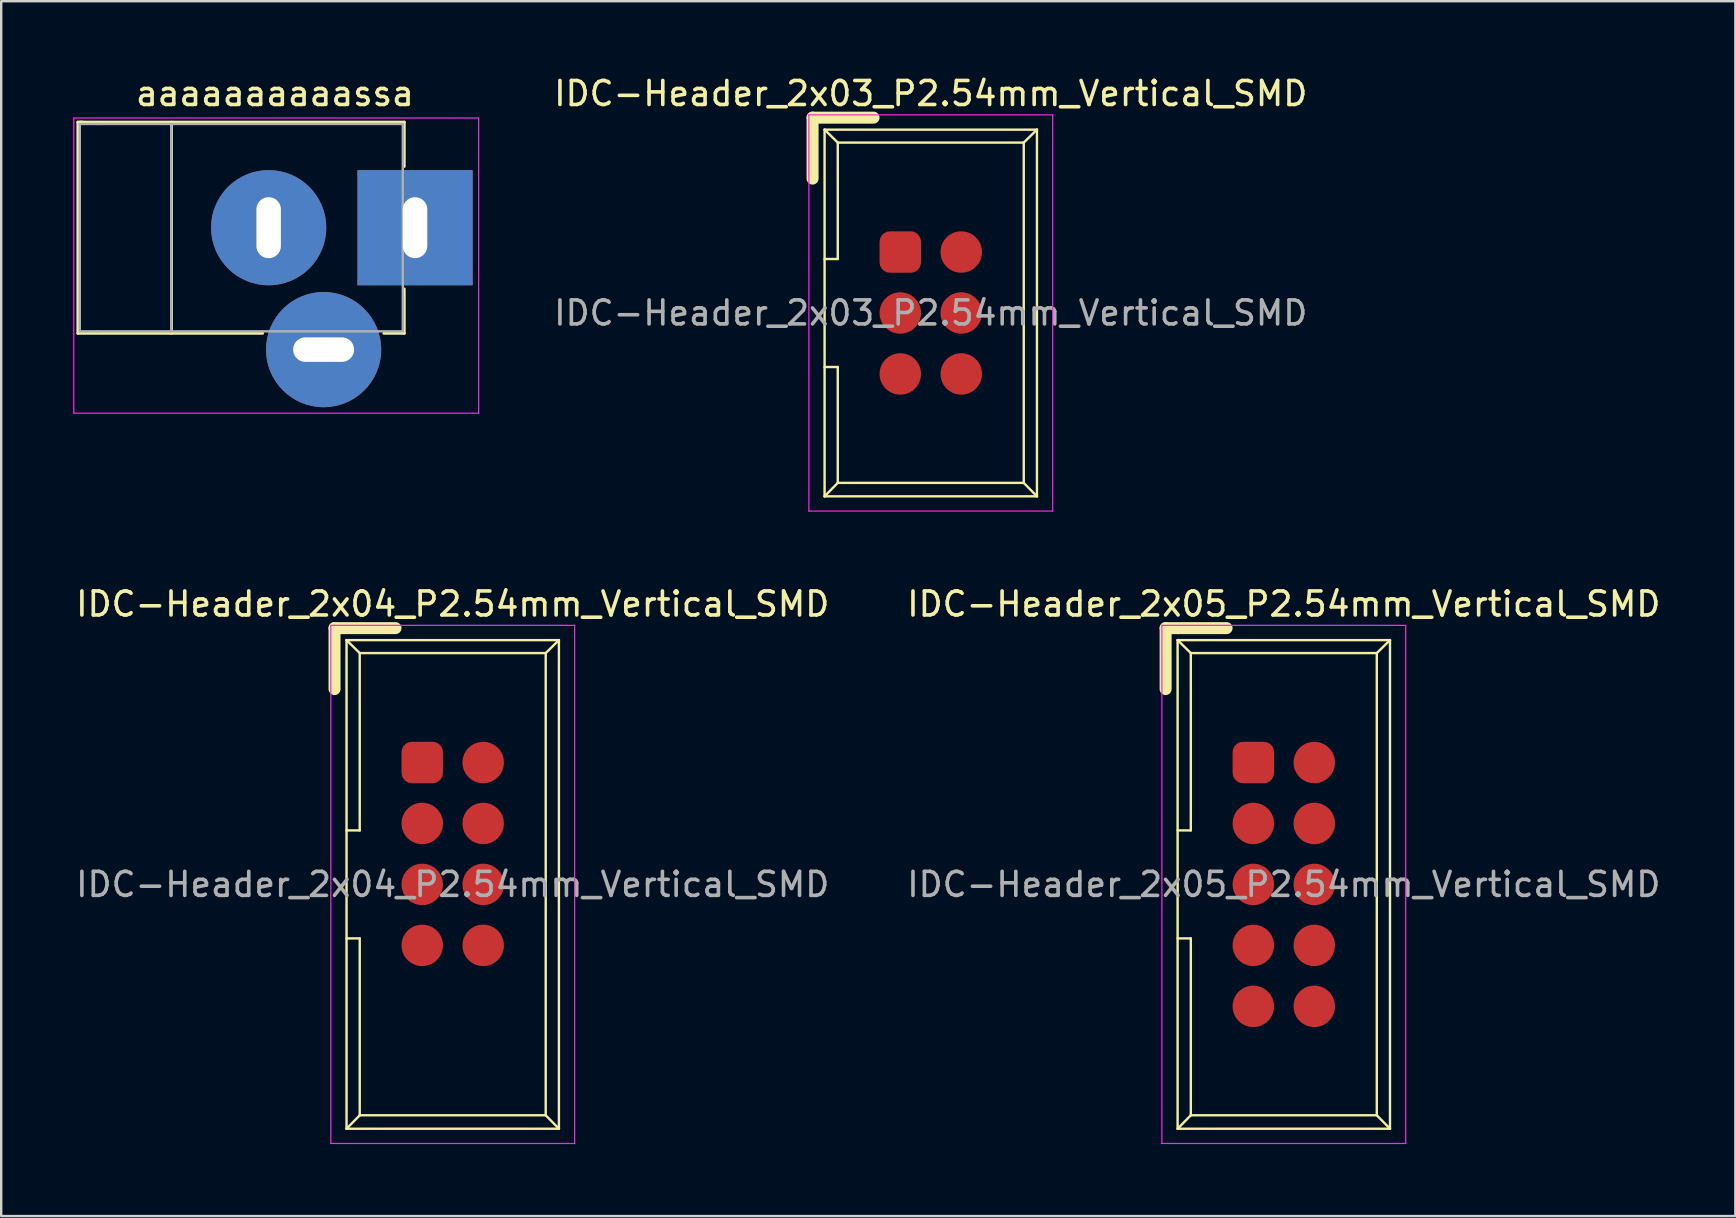
<source format=kicad_pcb>
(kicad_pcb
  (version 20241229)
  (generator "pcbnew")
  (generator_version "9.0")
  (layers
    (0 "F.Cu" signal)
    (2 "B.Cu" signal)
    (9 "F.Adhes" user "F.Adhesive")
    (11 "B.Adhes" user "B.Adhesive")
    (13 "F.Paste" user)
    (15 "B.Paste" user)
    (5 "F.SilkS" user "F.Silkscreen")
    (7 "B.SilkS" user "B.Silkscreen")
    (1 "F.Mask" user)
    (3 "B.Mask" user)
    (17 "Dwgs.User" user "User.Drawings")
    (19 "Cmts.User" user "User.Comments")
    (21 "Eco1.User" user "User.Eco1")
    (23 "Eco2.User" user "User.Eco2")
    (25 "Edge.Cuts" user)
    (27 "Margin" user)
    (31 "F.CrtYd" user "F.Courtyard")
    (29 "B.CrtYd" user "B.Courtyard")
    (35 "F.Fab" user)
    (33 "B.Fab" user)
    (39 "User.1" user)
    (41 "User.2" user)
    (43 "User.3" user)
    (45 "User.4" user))
  (footprint "IDC-Header_2x04_P2.54mm_Vertical_SMD"
    (layer "F.Cu")
    (at 14.545 28.724)
    (property "Reference" "IDC-Header_2x04_P2.54mm_Vertical_SMD" (at 1.27 -6.604 0) (layer "F.SilkS") (effects (font (size 1 1) (thickness 0.15))))
    (attr through_hole)
    (fp_line (start -3.655 -5.6) (end -3.655 -3.06) (stroke (width 0.5) (type solid)) (layer "F.SilkS"))
    (fp_line (start -3.655 -5.6) (end -1.115 -5.6) (stroke (width 0.5) (type solid)) (layer "F.SilkS"))
    (fp_line (start -3.155 -5.1) (end -3.155 15.26) (stroke (width 0.1) (type solid)) (layer "F.SilkS"))
    (fp_line (start -3.155 -5.1) (end -2.605 -4.56) (stroke (width 0.1) (type solid)) (layer "F.SilkS"))
    (fp_line (start -3.155 15.26) (end -2.605 14.7) (stroke (width 0.1) (type solid)) (layer "F.SilkS"))
    (fp_line (start -2.605 -4.56) (end -2.605 2.83) (stroke (width 0.1) (type solid)) (layer "F.SilkS"))
    (fp_line (start -2.605 2.83) (end -3.155 2.83) (stroke (width 0.1) (type solid)) (layer "F.SilkS"))
    (fp_line (start -2.605 7.33) (end -3.155 7.33) (stroke (width 0.1) (type solid)) (layer "F.SilkS"))
    (fp_line (start -2.605 7.33) (end -2.605 14.7) (stroke (width 0.1) (type solid)) (layer "F.SilkS"))
    (fp_line (start 5.145 -4.56) (end -2.605 -4.56) (stroke (width 0.1) (type solid)) (layer "F.SilkS"))
    (fp_line (start 5.145 -4.56) (end 5.145 14.7) (stroke (width 0.1) (type solid)) (layer "F.SilkS"))
    (fp_line (start 5.145 14.7) (end -2.605 14.7) (stroke (width 0.1) (type solid)) (layer "F.SilkS"))
    (fp_line (start 5.695 -5.1) (end -3.155 -5.1) (stroke (width 0.1) (type solid)) (layer "F.SilkS"))
    (fp_line (start 5.695 -5.1) (end 5.145 -4.56) (stroke (width 0.1) (type solid)) (layer "F.SilkS"))
    (fp_line (start 5.695 -5.1) (end 5.695 15.26) (stroke (width 0.1) (type solid)) (layer "F.SilkS"))
    (fp_line (start 5.695 15.26) (end -3.155 15.26) (stroke (width 0.1) (type solid)) (layer "F.SilkS"))
    (fp_line (start 5.695 15.26) (end 5.145 14.7) (stroke (width 0.1) (type solid)) (layer "F.SilkS"))
    (fp_line (start -3.81 -5.715) (end -3.81 15.875) (stroke (width 0.05) (type solid)) (layer "F.CrtYd"))
    (fp_line (start -3.81 -5.715) (end 6.35 -5.715) (stroke (width 0.05) (type solid)) (layer "F.CrtYd"))
    (fp_line (start -3.81 15.875) (end 6.35 15.875) (stroke (width 0.05) (type solid)) (layer "F.CrtYd"))
    (fp_line (start 6.35 -5.715) (end 6.35 15.875) (stroke (width 0.05) (type solid)) (layer "F.CrtYd"))
    (fp_text user "${REFERENCE}" (at 1.27 5.08 0) (layer "F.Fab") (effects (font (size 1 1) (thickness 0.15))))
    (pad "" smd circle (at 0 10.16) (size 1.727 1.727) (layers "F.Mask" "F.Paste"))
    (pad "" smd circle (at 2.54 10.16) (size 1.727 1.727) (layers "F.Mask" "F.Paste"))
    (pad "1" smd roundrect (at 0 0) (size 1.727 1.727) (layers "F.Cu" "F.Mask" "F.Paste") (roundrect_rratio 0.25))
    (pad "2" smd circle (at 2.54 0) (size 1.727 1.727) (layers "F.Cu" "F.Mask" "F.Paste"))
    (pad "3" smd circle (at 0 2.54) (size 1.727 1.727) (layers "F.Cu" "F.Mask" "F.Paste"))
    (pad "4" smd circle (at 2.54 2.54) (size 1.727 1.727) (layers "F.Cu" "F.Mask" "F.Paste"))
    (pad "5" smd circle (at 0 5.08) (size 1.727 1.727) (layers "F.Cu" "F.Mask" "F.Paste"))
    (pad "6" smd circle (at 2.54 5.08) (size 1.727 1.727) (layers "F.Cu" "F.Mask" "F.Paste"))
    (pad "7" smd circle (at 0 7.62) (size 1.727 1.727) (layers "F.Cu" "F.Mask" "F.Paste"))
    (pad "8" smd circle (at 2.54 7.62) (size 1.727 1.727) (layers "F.Cu" "F.Mask" "F.Paste")))
  (footprint "IDC-Header_2x03_P2.54mm_Vertical_SMD"
    (layer "F.Cu")
    (at 34.465 7.452)
    (property "Reference" "IDC-Header_2x03_P2.54mm_Vertical_SMD" (at 1.27 -6.604 0) (layer "F.SilkS") (effects (font (size 1 1) (thickness 0.15))))
    (attr through_hole)
    (fp_line (start -3.655 -5.6) (end -3.655 -3.06) (stroke (width 0.5) (type solid)) (layer "F.SilkS"))
    (fp_line (start -3.655 -5.6) (end -1.115 -5.6) (stroke (width 0.5) (type solid)) (layer "F.SilkS"))
    (fp_line (start -3.155 -5.1) (end -3.155 10.18) (stroke (width 0.1) (type solid)) (layer "F.SilkS"))
    (fp_line (start -3.155 -5.1) (end -2.605 -4.56) (stroke (width 0.1) (type solid)) (layer "F.SilkS"))
    (fp_line (start -3.155 10.18) (end -2.605 9.62) (stroke (width 0.1) (type solid)) (layer "F.SilkS"))
    (fp_line (start -2.605 -4.56) (end -2.605 0.29) (stroke (width 0.1) (type solid)) (layer "F.SilkS"))
    (fp_line (start -2.605 0.29) (end -3.155 0.29) (stroke (width 0.1) (type solid)) (layer "F.SilkS"))
    (fp_line (start -2.605 4.79) (end -3.155 4.79) (stroke (width 0.1) (type solid)) (layer "F.SilkS"))
    (fp_line (start -2.605 4.79) (end -2.605 9.62) (stroke (width 0.1) (type solid)) (layer "F.SilkS"))
    (fp_line (start 5.145 -4.56) (end -2.605 -4.56) (stroke (width 0.1) (type solid)) (layer "F.SilkS"))
    (fp_line (start 5.145 -4.56) (end 5.145 9.62) (stroke (width 0.1) (type solid)) (layer "F.SilkS"))
    (fp_line (start 5.145 9.62) (end -2.605 9.62) (stroke (width 0.1) (type solid)) (layer "F.SilkS"))
    (fp_line (start 5.695 -5.1) (end -3.155 -5.1) (stroke (width 0.1) (type solid)) (layer "F.SilkS"))
    (fp_line (start 5.695 -5.1) (end 5.145 -4.56) (stroke (width 0.1) (type solid)) (layer "F.SilkS"))
    (fp_line (start 5.695 -5.1) (end 5.695 10.18) (stroke (width 0.1) (type solid)) (layer "F.SilkS"))
    (fp_line (start 5.695 10.18) (end -3.155 10.18) (stroke (width 0.1) (type solid)) (layer "F.SilkS"))
    (fp_line (start 5.695 10.18) (end 5.145 9.62) (stroke (width 0.1) (type solid)) (layer "F.SilkS"))
    (fp_line (start -3.81 -5.715) (end -3.81 10.795) (stroke (width 0.05) (type solid)) (layer "F.CrtYd"))
    (fp_line (start -3.81 -5.715) (end 6.35 -5.715) (stroke (width 0.05) (type solid)) (layer "F.CrtYd"))
    (fp_line (start -3.81 10.795) (end 6.35 10.795) (stroke (width 0.05) (type solid)) (layer "F.CrtYd"))
    (fp_line (start 6.35 -5.715) (end 6.35 10.795) (stroke (width 0.05) (type solid)) (layer "F.CrtYd"))
    (fp_text user "${REFERENCE}" (at 1.27 2.54 0) (layer "F.Fab") (effects (font (size 1 1) (thickness 0.15))))
    (pad "1" smd roundrect (at 0 0) (size 1.727 1.727) (layers "F.Cu" "F.Mask" "F.Paste") (roundrect_rratio 0.25))
    (pad "2" smd circle (at 2.54 0) (size 1.727 1.727) (layers "F.Cu" "F.Mask" "F.Paste"))
    (pad "3" smd circle (at 0 2.54) (size 1.727 1.727) (layers "F.Cu" "F.Mask" "F.Paste"))
    (pad "4" smd circle (at 2.54 2.54) (size 1.727 1.727) (layers "F.Cu" "F.Mask" "F.Paste"))
    (pad "5" smd circle (at 0 5.08) (size 1.727 1.727) (layers "F.Cu" "F.Mask" "F.Paste"))
    (pad "6" smd circle (at 2.54 5.08) (size 1.727 1.727) (layers "F.Cu" "F.Mask" "F.Paste")))
  (footprint "IDC-Header_2x05_P2.54mm_Vertical_SMD"
    (layer "F.Cu")
    (at 49.176 28.724)
    (property "Reference" "IDC-Header_2x05_P2.54mm_Vertical_SMD" (at 1.27 -6.604 0) (layer "F.SilkS") (effects (font (size 1 1) (thickness 0.15))))
    (attr through_hole)
    (fp_line (start -3.655 -5.6) (end -3.655 -3.06) (stroke (width 0.5) (type solid)) (layer "F.SilkS"))
    (fp_line (start -3.655 -5.6) (end -1.115 -5.6) (stroke (width 0.5) (type solid)) (layer "F.SilkS"))
    (fp_line (start -3.155 -5.1) (end -3.155 15.26) (stroke (width 0.1) (type solid)) (layer "F.SilkS"))
    (fp_line (start -3.155 -5.1) (end -2.605 -4.56) (stroke (width 0.1) (type solid)) (layer "F.SilkS"))
    (fp_line (start -3.155 15.26) (end -2.605 14.7) (stroke (width 0.1) (type solid)) (layer "F.SilkS"))
    (fp_line (start -2.605 -4.56) (end -2.605 2.83) (stroke (width 0.1) (type solid)) (layer "F.SilkS"))
    (fp_line (start -2.605 2.83) (end -3.155 2.83) (stroke (width 0.1) (type solid)) (layer "F.SilkS"))
    (fp_line (start -2.605 7.33) (end -3.155 7.33) (stroke (width 0.1) (type solid)) (layer "F.SilkS"))
    (fp_line (start -2.605 7.33) (end -2.605 14.7) (stroke (width 0.1) (type solid)) (layer "F.SilkS"))
    (fp_line (start 5.145 -4.56) (end -2.605 -4.56) (stroke (width 0.1) (type solid)) (layer "F.SilkS"))
    (fp_line (start 5.145 -4.56) (end 5.145 14.7) (stroke (width 0.1) (type solid)) (layer "F.SilkS"))
    (fp_line (start 5.145 14.7) (end -2.605 14.7) (stroke (width 0.1) (type solid)) (layer "F.SilkS"))
    (fp_line (start 5.695 -5.1) (end -3.155 -5.1) (stroke (width 0.1) (type solid)) (layer "F.SilkS"))
    (fp_line (start 5.695 -5.1) (end 5.145 -4.56) (stroke (width 0.1) (type solid)) (layer "F.SilkS"))
    (fp_line (start 5.695 -5.1) (end 5.695 15.26) (stroke (width 0.1) (type solid)) (layer "F.SilkS"))
    (fp_line (start 5.695 15.26) (end -3.155 15.26) (stroke (width 0.1) (type solid)) (layer "F.SilkS"))
    (fp_line (start 5.695 15.26) (end 5.145 14.7) (stroke (width 0.1) (type solid)) (layer "F.SilkS"))
    (fp_line (start -3.81 -5.715) (end -3.81 15.875) (stroke (width 0.05) (type solid)) (layer "F.CrtYd"))
    (fp_line (start -3.81 -5.715) (end 6.35 -5.715) (stroke (width 0.05) (type solid)) (layer "F.CrtYd"))
    (fp_line (start -3.81 15.875) (end 6.35 15.875) (stroke (width 0.05) (type solid)) (layer "F.CrtYd"))
    (fp_line (start 6.35 -5.715) (end 6.35 15.875) (stroke (width 0.05) (type solid)) (layer "F.CrtYd"))
    (fp_text user "${REFERENCE}" (at 1.27 5.08 0) (layer "F.Fab") (effects (font (size 1 1) (thickness 0.15))))
    (pad "1" smd roundrect (at 0 0) (size 1.727 1.727) (layers "F.Cu" "F.Mask" "F.Paste") (roundrect_rratio 0.25))
    (pad "2" smd circle (at 2.54 0) (size 1.727 1.727) (layers "F.Cu" "F.Mask" "F.Paste"))
    (pad "3" smd circle (at 0 2.54) (size 1.727 1.727) (layers "F.Cu" "F.Mask" "F.Paste"))
    (pad "4" smd circle (at 2.54 2.54) (size 1.727 1.727) (layers "F.Cu" "F.Mask" "F.Paste"))
    (pad "5" smd circle (at 0 5.08) (size 1.727 1.727) (layers "F.Cu" "F.Mask" "F.Paste"))
    (pad "6" smd circle (at 2.54 5.08) (size 1.727 1.727) (layers "F.Cu" "F.Mask" "F.Paste"))
    (pad "7" smd circle (at 0 7.62) (size 1.727 1.727) (layers "F.Cu" "F.Mask" "F.Paste"))
    (pad "8" smd circle (at 2.54 7.62) (size 1.727 1.727) (layers "F.Cu" "F.Mask" "F.Paste"))
    (pad "9" smd circle (at 0 10.16) (size 1.727 1.727) (layers "F.Cu" "F.Mask" "F.Paste"))
    (pad "10" smd circle (at 2.54 10.16) (size 1.727 1.727) (layers "F.Cu" "F.Mask" "F.Paste")))
  (footprint "aaaaaaaaaassa"
    (layer "F.Cu")
    (at 14.245 6.438)
    (property "Reference" "aaaaaaaaaassa" (at -5.84 -5.59 0) (layer "F.SilkS") (effects (font (size 1 1) (thickness 0.15))))
    (attr through_hole)
    (fp_line (start -14.05 -4.4) (end -13.85 -4.4) (stroke (width 0.12) (type solid)) (layer "F.SilkS"))
    (fp_line (start -14.05 4.4) (end -14.05 -4.4) (stroke (width 0.12) (type solid)) (layer "F.SilkS"))
    (fp_line (start -13.95 -4.4) (end -0.45 -4.4) (stroke (width 0.12) (type solid)) (layer "F.SilkS"))
    (fp_line (start -10.15 -4.4) (end -10.15 4.4) (stroke (width 0.12) (type solid)) (layer "F.SilkS"))
    (fp_line (start -6.35 4.4) (end -14.05 4.4) (stroke (width 0.12) (type solid)) (layer "F.SilkS"))
    (fp_line (start -0.45 -4.4) (end -0.45 -2.55) (stroke (width 0.12) (type solid)) (layer "F.SilkS"))
    (fp_line (start -0.45 2.55) (end -0.45 4.4) (stroke (width 0.12) (type solid)) (layer "F.SilkS"))
    (fp_line (start -0.45 4.4) (end -1.3 4.4) (stroke (width 0.12) (type solid)) (layer "F.SilkS"))
    (fp_line (start -14.22 -4.57) (end -14.22 7.73) (stroke (width 0.05) (type solid)) (layer "F.CrtYd"))
    (fp_line (start -14.22 -4.57) (end 2.65 -4.57) (stroke (width 0.05) (type solid)) (layer "F.CrtYd"))
    (fp_line (start 2.65 7.73) (end -14.22 7.73) (stroke (width 0.05) (type solid)) (layer "F.CrtYd"))
    (fp_line (start 2.65 7.73) (end 2.65 -4.57) (stroke (width 0.05) (type solid)) (layer "F.CrtYd"))
    (fp_line (start -13.97 -4.32) (end -13.97 4.32) (stroke (width 0.1) (type solid)) (layer "F.Fab"))
    (fp_line (start -13.97 4.32) (end -13.21 4.32) (stroke (width 0.1) (type solid)) (layer "F.Fab"))
    (fp_line (start -13.21 -4.32) (end -13.97 -4.32) (stroke (width 0.1) (type solid)) (layer "F.Fab"))
    (fp_line (start -13.21 -4.32) (end -0.51 -4.32) (stroke (width 0.1) (type solid)) (layer "F.Fab"))
    (fp_line (start -13.21 4.32) (end -0.51 4.32) (stroke (width 0.1) (type solid)) (layer "F.Fab"))
    (fp_line (start -10.16 -4.32) (end -10.16 4.32) (stroke (width 0.1) (type solid)) (layer "F.Fab"))
    (fp_line (start -0.51 -4.32) (end -0.51 4.32) (stroke (width 0.1) (type solid)) (layer "F.Fab"))
    (pad "1" thru_hole rect (at 0 0) (size 4.8 4.8) (drill oval 1.02 2.54) (layers "*.Cu" "*.Mask"))
    (pad "2" thru_hole circle (at -6.1 0) (size 4.8 4.8) (drill oval 1.02 2.54) (layers "*.Cu" "*.Mask"))
    (pad "3" thru_hole circle (at -3.81 5.08) (size 4.8 4.8) (drill oval 2.54 1.02) (layers "*.Cu" "*.Mask")))
  (gr_rect
    (start -3 -3)
    (end 69.262 47.624)
    (stroke (width 0.1) (type default))
    (fill no)
    (layer "Edge.Cuts")))
</source>
